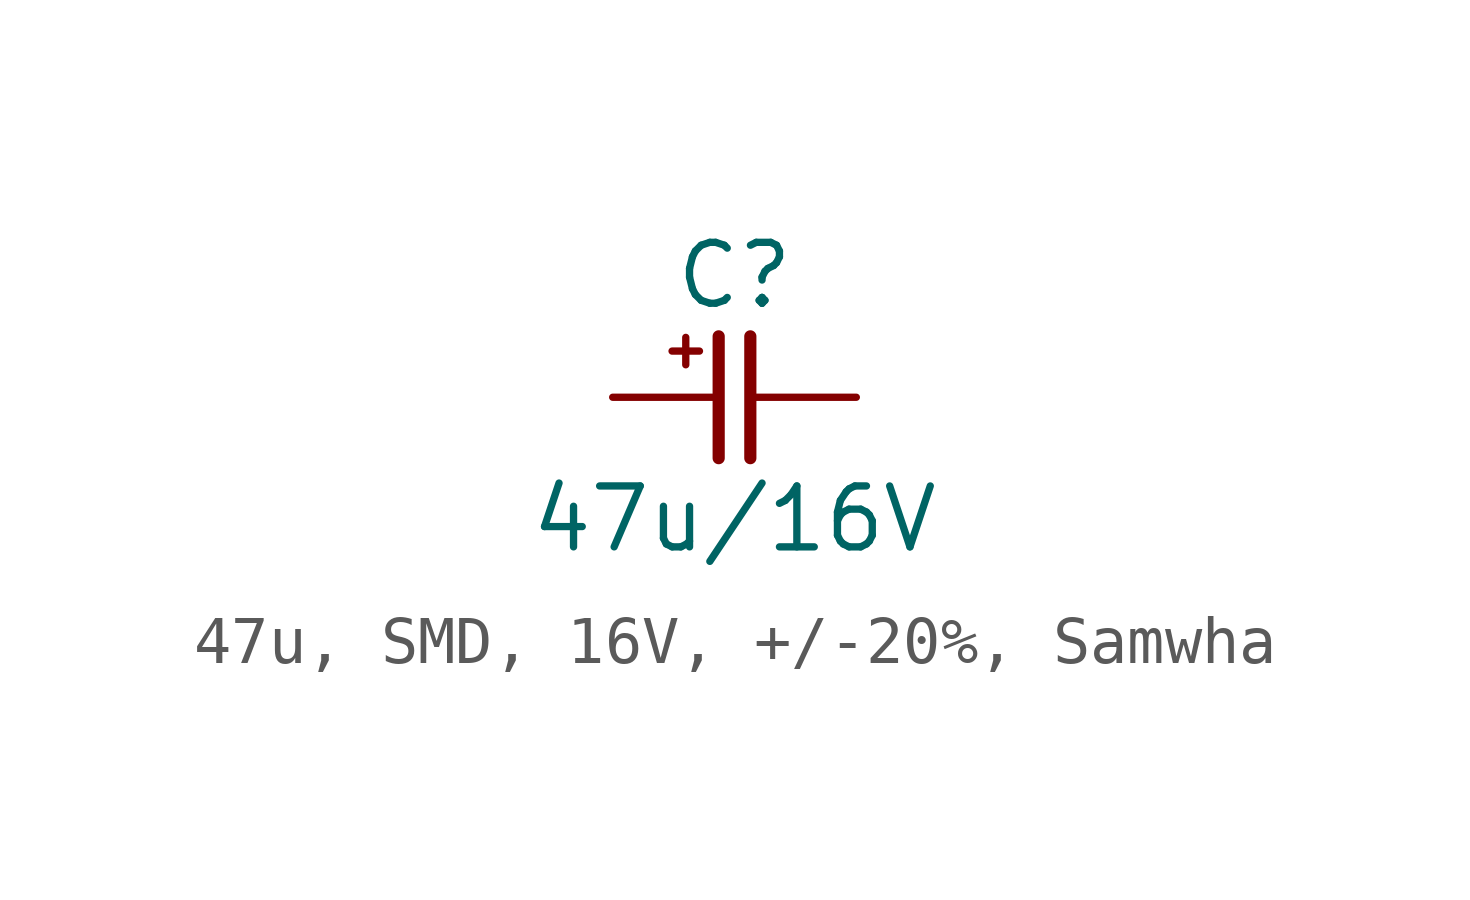
<source format=kicad_sym>
(kicad_symbol_lib
  (version 20241209)
  (generator "kicad_symbol_editor")
  (generator_version "9.0")
  (symbol "47u, SMD, 16V, +/-20%, Samwha"
    (pin_numbers
      (hide yes))
    (pin_names
      (offset 0)
      (hide yes))
    (property "Reference" "C"
      (at 0 2.54 0)
      (effects (font (size 1.27 1.27))))
    (property "Value" "47u/16V"
      (at 0 -2.54 0)
      (effects (font (size 1.27 1.27))))
    (symbol "47u, SMD, 16V, +/-20%, Samwha_0_0"
      (text "+" (at -1.016 1.016 0) (effects (font (size 0.75 0.75)))))
    (symbol "47u, SMD, 16V, +/-20%, Samwha_0_1"
      (polyline (pts (xy -0.33 1.27) (xy -0.33 -1.27)) (stroke (width 0.254) (type default)) (fill (type none)))
      (polyline (pts (xy 0.33 1.27) (xy 0.33 -1.27)) (stroke (width 0.254) (type default)) (fill (type none))))
    (symbol "47u, SMD, 16V, +/-20%, Samwha_1_1"
      (pin passive line (at -2.54 0 0) (length 2.21) (name "1" (effects (font (size 1.27 1.27)))) (number "1" (effects (font (size 1.27 1.27)))))
      (pin passive line (at 2.54 0 180) (length 2.21) (name "2" (effects (font (size 1.27 1.27)))) (number "2" (effects (font (size 1.27 1.27))))))))
</source>
